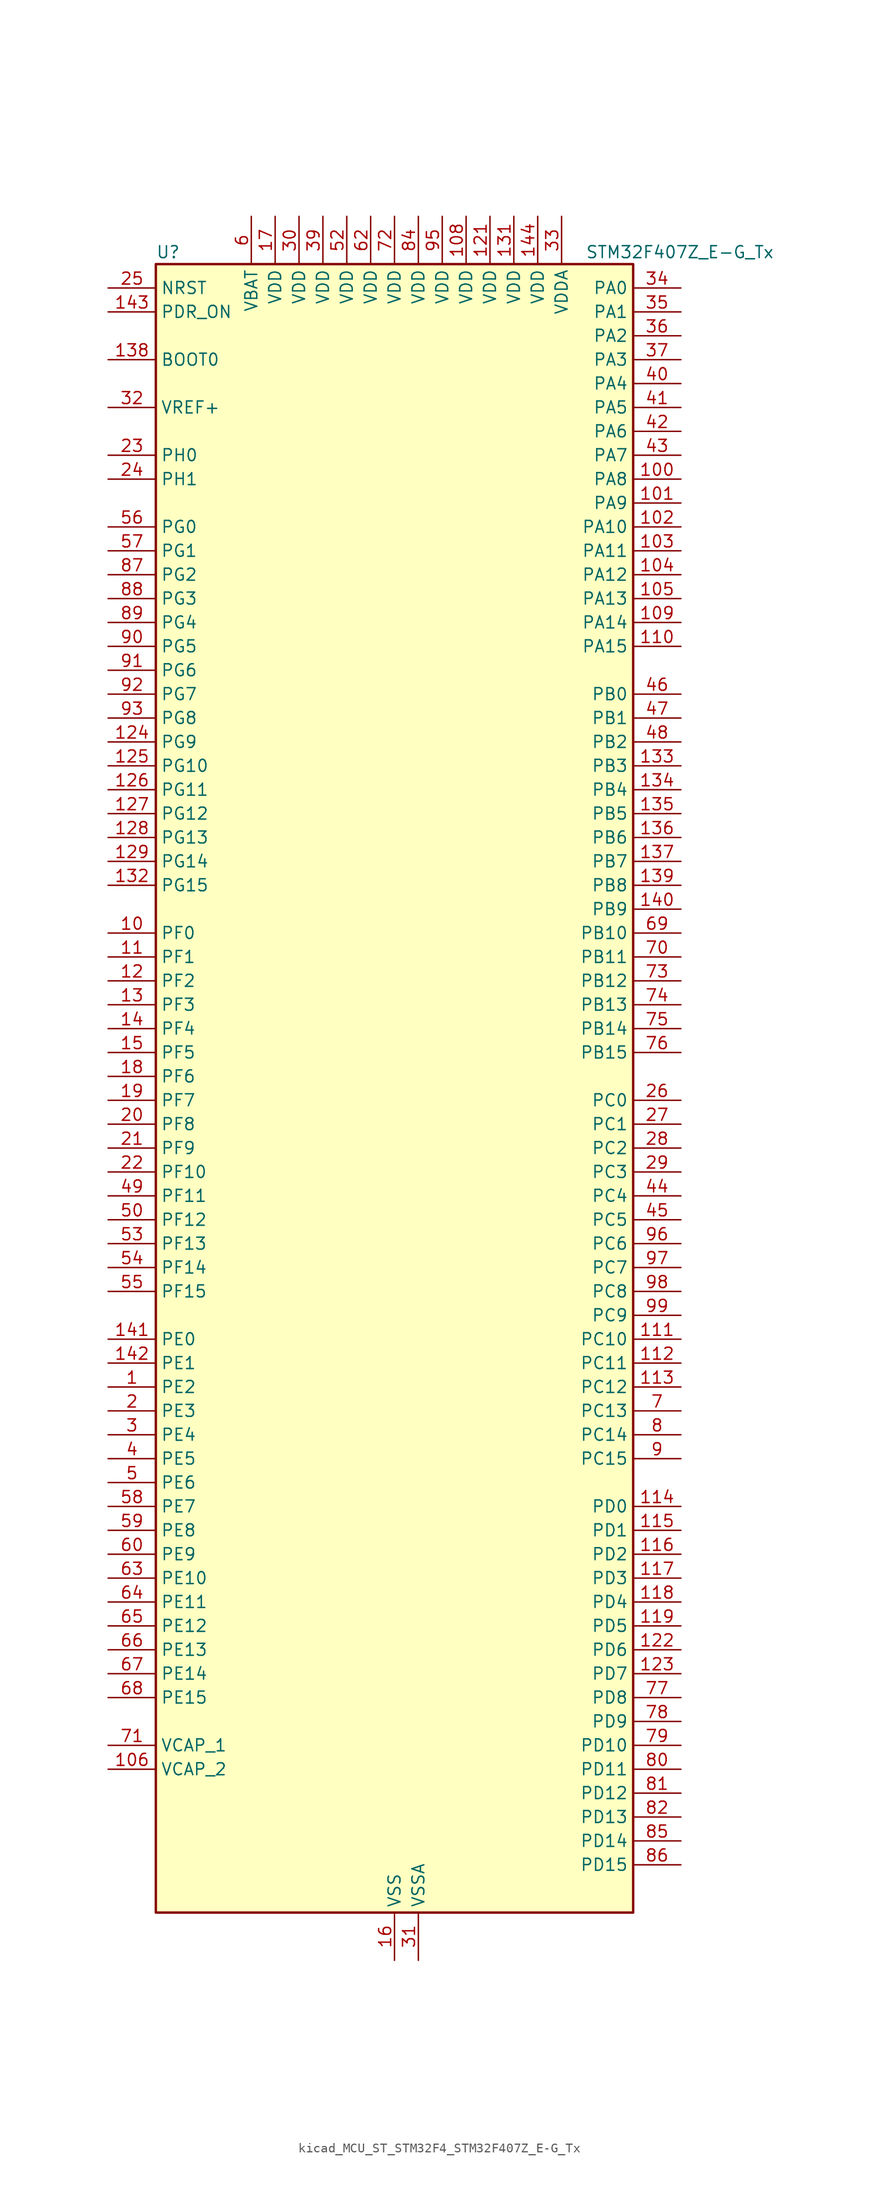
<source format=kicad_sym>
(kicad_symbol_lib
  (version 20220914)
  (generator kicad_symbol_editor)
  (symbol "kicad_MCU_ST_STM32F4_STM32F407Z_E-G_Tx"
    (property "Reference" "U"
      (at -25.4 90.17 0)
      (effects (font (size 1.27 1.27)) (justify left)))
    (property "Value" "STM32F407Z_E-G_Tx"
      (at 20.32 90.17 0)
      (effects (font (size 1.27 1.27)) (justify left)))
    (property "ki_locked" ""
      (at 0 0 0)
      (effects (font (size 1.27 1.27))))
    (symbol "kicad_MCU_ST_STM32F4_STM32F407Z_E-G_Tx_0_1"
      (rectangle (start -25.4 -86.36) (end 25.4 88.9) (stroke (width 0.254) (type default)) (fill (type background))))
    (symbol "kicad_MCU_ST_STM32F4_STM32F407Z_E-G_Tx_1_1"
      (pin bidirectional line (at -30.48 -30.48 0) (length 5.08) (name "PE2" (effects (font (size 1.27 1.27)))) (number "1" (effects (font (size 1.27 1.27)))) (alternate "ETH_TXD3" bidirectional line) (alternate "FSMC_A23" bidirectional line) (alternate "SYS_TRACECLK" bidirectional line))
      (pin bidirectional line (at -30.48 17.78 0) (length 5.08) (name "PF0" (effects (font (size 1.27 1.27)))) (number "10" (effects (font (size 1.27 1.27)))) (alternate "FSMC_A0" bidirectional line) (alternate "I2C2_SDA" bidirectional line))
      (pin bidirectional line (at 30.48 66.04 180) (length 5.08) (name "PA8" (effects (font (size 1.27 1.27)))) (number "100" (effects (font (size 1.27 1.27)))) (alternate "I2C3_SCL" bidirectional line) (alternate "RCC_MCO_1" bidirectional line) (alternate "TIM1_CH1" bidirectional line) (alternate "USART1_CK" bidirectional line) (alternate "USB_OTG_FS_SOF" bidirectional line))
      (pin bidirectional line (at 30.48 63.5 180) (length 5.08) (name "PA9" (effects (font (size 1.27 1.27)))) (number "101" (effects (font (size 1.27 1.27)))) (alternate "DAC_EXTI9" bidirectional line) (alternate "DCMI_D0" bidirectional line) (alternate "I2C3_SMBA" bidirectional line) (alternate "TIM1_CH2" bidirectional line) (alternate "USART1_TX" bidirectional line) (alternate "USB_OTG_FS_VBUS" bidirectional line))
      (pin bidirectional line (at 30.48 60.96 180) (length 5.08) (name "PA10" (effects (font (size 1.27 1.27)))) (number "102" (effects (font (size 1.27 1.27)))) (alternate "DCMI_D1" bidirectional line) (alternate "TIM1_CH3" bidirectional line) (alternate "USART1_RX" bidirectional line) (alternate "USB_OTG_FS_ID" bidirectional line))
      (pin bidirectional line (at 30.48 58.42 180) (length 5.08) (name "PA11" (effects (font (size 1.27 1.27)))) (number "103" (effects (font (size 1.27 1.27)))) (alternate "ADC1_EXTI11" bidirectional line) (alternate "ADC2_EXTI11" bidirectional line) (alternate "ADC3_EXTI11" bidirectional line) (alternate "CAN1_RX" bidirectional line) (alternate "TIM1_CH4" bidirectional line) (alternate "USART1_CTS" bidirectional line) (alternate "USB_OTG_FS_DM" bidirectional line))
      (pin bidirectional line (at 30.48 55.88 180) (length 5.08) (name "PA12" (effects (font (size 1.27 1.27)))) (number "104" (effects (font (size 1.27 1.27)))) (alternate "CAN1_TX" bidirectional line) (alternate "TIM1_ETR" bidirectional line) (alternate "USART1_RTS" bidirectional line) (alternate "USB_OTG_FS_DP" bidirectional line))
      (pin bidirectional line (at 30.48 53.34 180) (length 5.08) (name "PA13" (effects (font (size 1.27 1.27)))) (number "105" (effects (font (size 1.27 1.27)))) (alternate "SYS_JTMS-SWDIO" bidirectional line))
      (pin power_out line (at -30.48 -71.12 0) (length 5.08) (name "VCAP_2" (effects (font (size 1.27 1.27)))) (number "106" (effects (font (size 1.27 1.27)))))
      (pin passive line (at 0 -91.44 90) (length 5.08) hide (name "VSS" (effects (font (size 1.27 1.27)))) (number "107" (effects (font (size 1.27 1.27)))))
      (pin power_in line (at 7.62 93.98 270) (length 5.08) (name "VDD" (effects (font (size 1.27 1.27)))) (number "108" (effects (font (size 1.27 1.27)))))
      (pin bidirectional line (at 30.48 50.8 180) (length 5.08) (name "PA14" (effects (font (size 1.27 1.27)))) (number "109" (effects (font (size 1.27 1.27)))) (alternate "SYS_JTCK-SWCLK" bidirectional line))
      (pin bidirectional line (at -30.48 15.24 0) (length 5.08) (name "PF1" (effects (font (size 1.27 1.27)))) (number "11" (effects (font (size 1.27 1.27)))) (alternate "FSMC_A1" bidirectional line) (alternate "I2C2_SCL" bidirectional line))
      (pin bidirectional line (at 30.48 48.26 180) (length 5.08) (name "PA15" (effects (font (size 1.27 1.27)))) (number "110" (effects (font (size 1.27 1.27)))) (alternate "ADC1_EXTI15" bidirectional line) (alternate "ADC2_EXTI15" bidirectional line) (alternate "ADC3_EXTI15" bidirectional line) (alternate "I2S3_WS" bidirectional line) (alternate "SPI1_NSS" bidirectional line) (alternate "SPI3_NSS" bidirectional line) (alternate "SYS_JTDI" bidirectional line) (alternate "TIM2_CH1" bidirectional line) (alternate "TIM2_ETR" bidirectional line))
      (pin bidirectional line (at 30.48 -25.4 180) (length 5.08) (name "PC10" (effects (font (size 1.27 1.27)))) (number "111" (effects (font (size 1.27 1.27)))) (alternate "DCMI_D8" bidirectional line) (alternate "I2S3_CK" bidirectional line) (alternate "SDIO_D2" bidirectional line) (alternate "SPI3_SCK" bidirectional line) (alternate "UART4_TX" bidirectional line) (alternate "USART3_TX" bidirectional line))
      (pin bidirectional line (at 30.48 -27.94 180) (length 5.08) (name "PC11" (effects (font (size 1.27 1.27)))) (number "112" (effects (font (size 1.27 1.27)))) (alternate "ADC1_EXTI11" bidirectional line) (alternate "ADC2_EXTI11" bidirectional line) (alternate "ADC3_EXTI11" bidirectional line) (alternate "DCMI_D4" bidirectional line) (alternate "I2S3_ext_SD" bidirectional line) (alternate "SDIO_D3" bidirectional line) (alternate "SPI3_MISO" bidirectional line) (alternate "UART4_RX" bidirectional line) (alternate "USART3_RX" bidirectional line))
      (pin bidirectional line (at 30.48 -30.48 180) (length 5.08) (name "PC12" (effects (font (size 1.27 1.27)))) (number "113" (effects (font (size 1.27 1.27)))) (alternate "DCMI_D9" bidirectional line) (alternate "I2S3_SD" bidirectional line) (alternate "SDIO_CK" bidirectional line) (alternate "SPI3_MOSI" bidirectional line) (alternate "UART5_TX" bidirectional line) (alternate "USART3_CK" bidirectional line))
      (pin bidirectional line (at 30.48 -43.18 180) (length 5.08) (name "PD0" (effects (font (size 1.27 1.27)))) (number "114" (effects (font (size 1.27 1.27)))) (alternate "CAN1_RX" bidirectional line) (alternate "FSMC_D2" bidirectional line) (alternate "FSMC_DA2" bidirectional line))
      (pin bidirectional line (at 30.48 -45.72 180) (length 5.08) (name "PD1" (effects (font (size 1.27 1.27)))) (number "115" (effects (font (size 1.27 1.27)))) (alternate "CAN1_TX" bidirectional line) (alternate "FSMC_D3" bidirectional line) (alternate "FSMC_DA3" bidirectional line))
      (pin bidirectional line (at 30.48 -48.26 180) (length 5.08) (name "PD2" (effects (font (size 1.27 1.27)))) (number "116" (effects (font (size 1.27 1.27)))) (alternate "DCMI_D11" bidirectional line) (alternate "SDIO_CMD" bidirectional line) (alternate "TIM3_ETR" bidirectional line) (alternate "UART5_RX" bidirectional line))
      (pin bidirectional line (at 30.48 -50.8 180) (length 5.08) (name "PD3" (effects (font (size 1.27 1.27)))) (number "117" (effects (font (size 1.27 1.27)))) (alternate "FSMC_CLK" bidirectional line) (alternate "USART2_CTS" bidirectional line))
      (pin bidirectional line (at 30.48 -53.34 180) (length 5.08) (name "PD4" (effects (font (size 1.27 1.27)))) (number "118" (effects (font (size 1.27 1.27)))) (alternate "FSMC_NOE" bidirectional line) (alternate "USART2_RTS" bidirectional line))
      (pin bidirectional line (at 30.48 -55.88 180) (length 5.08) (name "PD5" (effects (font (size 1.27 1.27)))) (number "119" (effects (font (size 1.27 1.27)))) (alternate "FSMC_NWE" bidirectional line) (alternate "USART2_TX" bidirectional line))
      (pin bidirectional line (at -30.48 12.7 0) (length 5.08) (name "PF2" (effects (font (size 1.27 1.27)))) (number "12" (effects (font (size 1.27 1.27)))) (alternate "FSMC_A2" bidirectional line) (alternate "I2C2_SMBA" bidirectional line))
      (pin passive line (at 0 -91.44 90) (length 5.08) hide (name "VSS" (effects (font (size 1.27 1.27)))) (number "120" (effects (font (size 1.27 1.27)))))
      (pin power_in line (at 10.16 93.98 270) (length 5.08) (name "VDD" (effects (font (size 1.27 1.27)))) (number "121" (effects (font (size 1.27 1.27)))))
      (pin bidirectional line (at 30.48 -58.42 180) (length 5.08) (name "PD6" (effects (font (size 1.27 1.27)))) (number "122" (effects (font (size 1.27 1.27)))) (alternate "FSMC_NWAIT" bidirectional line) (alternate "USART2_RX" bidirectional line))
      (pin bidirectional line (at 30.48 -60.96 180) (length 5.08) (name "PD7" (effects (font (size 1.27 1.27)))) (number "123" (effects (font (size 1.27 1.27)))) (alternate "FSMC_NCE2" bidirectional line) (alternate "FSMC_NE1" bidirectional line) (alternate "USART2_CK" bidirectional line))
      (pin bidirectional line (at -30.48 38.1 0) (length 5.08) (name "PG9" (effects (font (size 1.27 1.27)))) (number "124" (effects (font (size 1.27 1.27)))) (alternate "DAC_EXTI9" bidirectional line) (alternate "FSMC_NCE3" bidirectional line) (alternate "FSMC_NE2" bidirectional line) (alternate "USART6_RX" bidirectional line))
      (pin bidirectional line (at -30.48 35.56 0) (length 5.08) (name "PG10" (effects (font (size 1.27 1.27)))) (number "125" (effects (font (size 1.27 1.27)))) (alternate "FSMC_NCE4_1" bidirectional line) (alternate "FSMC_NE3" bidirectional line))
      (pin bidirectional line (at -30.48 33.02 0) (length 5.08) (name "PG11" (effects (font (size 1.27 1.27)))) (number "126" (effects (font (size 1.27 1.27)))) (alternate "ADC1_EXTI11" bidirectional line) (alternate "ADC2_EXTI11" bidirectional line) (alternate "ADC3_EXTI11" bidirectional line) (alternate "ETH_TX_EN" bidirectional line) (alternate "FSMC_NCE4_2" bidirectional line))
      (pin bidirectional line (at -30.48 30.48 0) (length 5.08) (name "PG12" (effects (font (size 1.27 1.27)))) (number "127" (effects (font (size 1.27 1.27)))) (alternate "FSMC_NE4" bidirectional line) (alternate "USART6_RTS" bidirectional line))
      (pin bidirectional line (at -30.48 27.94 0) (length 5.08) (name "PG13" (effects (font (size 1.27 1.27)))) (number "128" (effects (font (size 1.27 1.27)))) (alternate "ETH_TXD0" bidirectional line) (alternate "FSMC_A24" bidirectional line) (alternate "USART6_CTS" bidirectional line))
      (pin bidirectional line (at -30.48 25.4 0) (length 5.08) (name "PG14" (effects (font (size 1.27 1.27)))) (number "129" (effects (font (size 1.27 1.27)))) (alternate "ETH_TXD1" bidirectional line) (alternate "FSMC_A25" bidirectional line) (alternate "USART6_TX" bidirectional line))
      (pin bidirectional line (at -30.48 10.16 0) (length 5.08) (name "PF3" (effects (font (size 1.27 1.27)))) (number "13" (effects (font (size 1.27 1.27)))) (alternate "ADC3_IN9" bidirectional line) (alternate "FSMC_A3" bidirectional line))
      (pin passive line (at 0 -91.44 90) (length 5.08) hide (name "VSS" (effects (font (size 1.27 1.27)))) (number "130" (effects (font (size 1.27 1.27)))))
      (pin power_in line (at 12.7 93.98 270) (length 5.08) (name "VDD" (effects (font (size 1.27 1.27)))) (number "131" (effects (font (size 1.27 1.27)))))
      (pin bidirectional line (at -30.48 22.86 0) (length 5.08) (name "PG15" (effects (font (size 1.27 1.27)))) (number "132" (effects (font (size 1.27 1.27)))) (alternate "ADC1_EXTI15" bidirectional line) (alternate "ADC2_EXTI15" bidirectional line) (alternate "ADC3_EXTI15" bidirectional line) (alternate "DCMI_D13" bidirectional line) (alternate "USART6_CTS" bidirectional line))
      (pin bidirectional line (at 30.48 35.56 180) (length 5.08) (name "PB3" (effects (font (size 1.27 1.27)))) (number "133" (effects (font (size 1.27 1.27)))) (alternate "I2S3_CK" bidirectional line) (alternate "SPI1_SCK" bidirectional line) (alternate "SPI3_SCK" bidirectional line) (alternate "SYS_JTDO-SWO" bidirectional line) (alternate "TIM2_CH2" bidirectional line))
      (pin bidirectional line (at 30.48 33.02 180) (length 5.08) (name "PB4" (effects (font (size 1.27 1.27)))) (number "134" (effects (font (size 1.27 1.27)))) (alternate "I2S3_ext_SD" bidirectional line) (alternate "SPI1_MISO" bidirectional line) (alternate "SPI3_MISO" bidirectional line) (alternate "SYS_JTRST" bidirectional line) (alternate "TIM3_CH1" bidirectional line))
      (pin bidirectional line (at 30.48 30.48 180) (length 5.08) (name "PB5" (effects (font (size 1.27 1.27)))) (number "135" (effects (font (size 1.27 1.27)))) (alternate "CAN2_RX" bidirectional line) (alternate "DCMI_D10" bidirectional line) (alternate "ETH_PPS_OUT" bidirectional line) (alternate "I2C1_SMBA" bidirectional line) (alternate "I2S3_SD" bidirectional line) (alternate "SPI1_MOSI" bidirectional line) (alternate "SPI3_MOSI" bidirectional line) (alternate "TIM3_CH2" bidirectional line) (alternate "USB_OTG_HS_ULPI_D7" bidirectional line))
      (pin bidirectional line (at 30.48 27.94 180) (length 5.08) (name "PB6" (effects (font (size 1.27 1.27)))) (number "136" (effects (font (size 1.27 1.27)))) (alternate "CAN2_TX" bidirectional line) (alternate "DCMI_D5" bidirectional line) (alternate "I2C1_SCL" bidirectional line) (alternate "TIM4_CH1" bidirectional line) (alternate "USART1_TX" bidirectional line))
      (pin bidirectional line (at 30.48 25.4 180) (length 5.08) (name "PB7" (effects (font (size 1.27 1.27)))) (number "137" (effects (font (size 1.27 1.27)))) (alternate "DCMI_VSYNC" bidirectional line) (alternate "FSMC_NL" bidirectional line) (alternate "I2C1_SDA" bidirectional line) (alternate "TIM4_CH2" bidirectional line) (alternate "USART1_RX" bidirectional line))
      (pin input line (at -30.48 78.74 0) (length 5.08) (name "BOOT0" (effects (font (size 1.27 1.27)))) (number "138" (effects (font (size 1.27 1.27)))))
      (pin bidirectional line (at 30.48 22.86 180) (length 5.08) (name "PB8" (effects (font (size 1.27 1.27)))) (number "139" (effects (font (size 1.27 1.27)))) (alternate "CAN1_RX" bidirectional line) (alternate "DCMI_D6" bidirectional line) (alternate "ETH_TXD3" bidirectional line) (alternate "I2C1_SCL" bidirectional line) (alternate "SDIO_D4" bidirectional line) (alternate "TIM10_CH1" bidirectional line) (alternate "TIM4_CH3" bidirectional line))
      (pin bidirectional line (at -30.48 7.62 0) (length 5.08) (name "PF4" (effects (font (size 1.27 1.27)))) (number "14" (effects (font (size 1.27 1.27)))) (alternate "ADC3_IN14" bidirectional line) (alternate "FSMC_A4" bidirectional line))
      (pin bidirectional line (at 30.48 20.32 180) (length 5.08) (name "PB9" (effects (font (size 1.27 1.27)))) (number "140" (effects (font (size 1.27 1.27)))) (alternate "CAN1_TX" bidirectional line) (alternate "DAC_EXTI9" bidirectional line) (alternate "DCMI_D7" bidirectional line) (alternate "I2C1_SDA" bidirectional line) (alternate "I2S2_WS" bidirectional line) (alternate "SDIO_D5" bidirectional line) (alternate "SPI2_NSS" bidirectional line) (alternate "TIM11_CH1" bidirectional line) (alternate "TIM4_CH4" bidirectional line))
      (pin bidirectional line (at -30.48 -25.4 0) (length 5.08) (name "PE0" (effects (font (size 1.27 1.27)))) (number "141" (effects (font (size 1.27 1.27)))) (alternate "DCMI_D2" bidirectional line) (alternate "FSMC_NBL0" bidirectional line) (alternate "TIM4_ETR" bidirectional line))
      (pin bidirectional line (at -30.48 -27.94 0) (length 5.08) (name "PE1" (effects (font (size 1.27 1.27)))) (number "142" (effects (font (size 1.27 1.27)))) (alternate "DCMI_D3" bidirectional line) (alternate "FSMC_NBL1" bidirectional line))
      (pin input line (at -30.48 83.82 0) (length 5.08) (name "PDR_ON" (effects (font (size 1.27 1.27)))) (number "143" (effects (font (size 1.27 1.27)))))
      (pin power_in line (at 15.24 93.98 270) (length 5.08) (name "VDD" (effects (font (size 1.27 1.27)))) (number "144" (effects (font (size 1.27 1.27)))))
      (pin bidirectional line (at -30.48 5.08 0) (length 5.08) (name "PF5" (effects (font (size 1.27 1.27)))) (number "15" (effects (font (size 1.27 1.27)))) (alternate "ADC3_IN15" bidirectional line) (alternate "FSMC_A5" bidirectional line))
      (pin power_in line (at 0 -91.44 90) (length 5.08) (name "VSS" (effects (font (size 1.27 1.27)))) (number "16" (effects (font (size 1.27 1.27)))))
      (pin power_in line (at -12.7 93.98 270) (length 5.08) (name "VDD" (effects (font (size 1.27 1.27)))) (number "17" (effects (font (size 1.27 1.27)))))
      (pin bidirectional line (at -30.48 2.54 0) (length 5.08) (name "PF6" (effects (font (size 1.27 1.27)))) (number "18" (effects (font (size 1.27 1.27)))) (alternate "ADC3_IN4" bidirectional line) (alternate "FSMC_NIORD" bidirectional line) (alternate "TIM10_CH1" bidirectional line))
      (pin bidirectional line (at -30.48 0 0) (length 5.08) (name "PF7" (effects (font (size 1.27 1.27)))) (number "19" (effects (font (size 1.27 1.27)))) (alternate "ADC3_IN5" bidirectional line) (alternate "FSMC_NREG" bidirectional line) (alternate "TIM11_CH1" bidirectional line))
      (pin bidirectional line (at -30.48 -33.02 0) (length 5.08) (name "PE3" (effects (font (size 1.27 1.27)))) (number "2" (effects (font (size 1.27 1.27)))) (alternate "FSMC_A19" bidirectional line) (alternate "SYS_TRACED0" bidirectional line))
      (pin bidirectional line (at -30.48 -2.54 0) (length 5.08) (name "PF8" (effects (font (size 1.27 1.27)))) (number "20" (effects (font (size 1.27 1.27)))) (alternate "ADC3_IN6" bidirectional line) (alternate "FSMC_NIOWR" bidirectional line) (alternate "TIM13_CH1" bidirectional line))
      (pin bidirectional line (at -30.48 -5.08 0) (length 5.08) (name "PF9" (effects (font (size 1.27 1.27)))) (number "21" (effects (font (size 1.27 1.27)))) (alternate "ADC3_IN7" bidirectional line) (alternate "DAC_EXTI9" bidirectional line) (alternate "FSMC_CD" bidirectional line) (alternate "TIM14_CH1" bidirectional line))
      (pin bidirectional line (at -30.48 -7.62 0) (length 5.08) (name "PF10" (effects (font (size 1.27 1.27)))) (number "22" (effects (font (size 1.27 1.27)))) (alternate "ADC3_IN8" bidirectional line) (alternate "FSMC_INTR" bidirectional line))
      (pin bidirectional line (at -30.48 68.58 0) (length 5.08) (name "PH0" (effects (font (size 1.27 1.27)))) (number "23" (effects (font (size 1.27 1.27)))) (alternate "RCC_OSC_IN" bidirectional line))
      (pin bidirectional line (at -30.48 66.04 0) (length 5.08) (name "PH1" (effects (font (size 1.27 1.27)))) (number "24" (effects (font (size 1.27 1.27)))) (alternate "RCC_OSC_OUT" bidirectional line))
      (pin input line (at -30.48 86.36 0) (length 5.08) (name "NRST" (effects (font (size 1.27 1.27)))) (number "25" (effects (font (size 1.27 1.27)))))
      (pin bidirectional line (at 30.48 0 180) (length 5.08) (name "PC0" (effects (font (size 1.27 1.27)))) (number "26" (effects (font (size 1.27 1.27)))) (alternate "ADC1_IN10" bidirectional line) (alternate "ADC2_IN10" bidirectional line) (alternate "ADC3_IN10" bidirectional line) (alternate "USB_OTG_HS_ULPI_STP" bidirectional line))
      (pin bidirectional line (at 30.48 -2.54 180) (length 5.08) (name "PC1" (effects (font (size 1.27 1.27)))) (number "27" (effects (font (size 1.27 1.27)))) (alternate "ADC1_IN11" bidirectional line) (alternate "ADC2_IN11" bidirectional line) (alternate "ADC3_IN11" bidirectional line) (alternate "ETH_MDC" bidirectional line))
      (pin bidirectional line (at 30.48 -5.08 180) (length 5.08) (name "PC2" (effects (font (size 1.27 1.27)))) (number "28" (effects (font (size 1.27 1.27)))) (alternate "ADC1_IN12" bidirectional line) (alternate "ADC2_IN12" bidirectional line) (alternate "ADC3_IN12" bidirectional line) (alternate "ETH_TXD2" bidirectional line) (alternate "I2S2_ext_SD" bidirectional line) (alternate "SPI2_MISO" bidirectional line) (alternate "USB_OTG_HS_ULPI_DIR" bidirectional line))
      (pin bidirectional line (at 30.48 -7.62 180) (length 5.08) (name "PC3" (effects (font (size 1.27 1.27)))) (number "29" (effects (font (size 1.27 1.27)))) (alternate "ADC1_IN13" bidirectional line) (alternate "ADC2_IN13" bidirectional line) (alternate "ADC3_IN13" bidirectional line) (alternate "ETH_TX_CLK" bidirectional line) (alternate "I2S2_SD" bidirectional line) (alternate "SPI2_MOSI" bidirectional line) (alternate "USB_OTG_HS_ULPI_NXT" bidirectional line))
      (pin bidirectional line (at -30.48 -35.56 0) (length 5.08) (name "PE4" (effects (font (size 1.27 1.27)))) (number "3" (effects (font (size 1.27 1.27)))) (alternate "DCMI_D4" bidirectional line) (alternate "FSMC_A20" bidirectional line) (alternate "SYS_TRACED1" bidirectional line))
      (pin power_in line (at -10.16 93.98 270) (length 5.08) (name "VDD" (effects (font (size 1.27 1.27)))) (number "30" (effects (font (size 1.27 1.27)))))
      (pin power_in line (at 2.54 -91.44 90) (length 5.08) (name "VSSA" (effects (font (size 1.27 1.27)))) (number "31" (effects (font (size 1.27 1.27)))))
      (pin input line (at -30.48 73.66 0) (length 5.08) (name "VREF+" (effects (font (size 1.27 1.27)))) (number "32" (effects (font (size 1.27 1.27)))))
      (pin power_in line (at 17.78 93.98 270) (length 5.08) (name "VDDA" (effects (font (size 1.27 1.27)))) (number "33" (effects (font (size 1.27 1.27)))))
      (pin bidirectional line (at 30.48 86.36 180) (length 5.08) (name "PA0" (effects (font (size 1.27 1.27)))) (number "34" (effects (font (size 1.27 1.27)))) (alternate "ADC1_IN0" bidirectional line) (alternate "ADC2_IN0" bidirectional line) (alternate "ADC3_IN0" bidirectional line) (alternate "ETH_CRS" bidirectional line) (alternate "SYS_WKUP" bidirectional line) (alternate "TIM2_CH1" bidirectional line) (alternate "TIM2_ETR" bidirectional line) (alternate "TIM5_CH1" bidirectional line) (alternate "TIM8_ETR" bidirectional line) (alternate "UART4_TX" bidirectional line) (alternate "USART2_CTS" bidirectional line))
      (pin bidirectional line (at 30.48 83.82 180) (length 5.08) (name "PA1" (effects (font (size 1.27 1.27)))) (number "35" (effects (font (size 1.27 1.27)))) (alternate "ADC1_IN1" bidirectional line) (alternate "ADC2_IN1" bidirectional line) (alternate "ADC3_IN1" bidirectional line) (alternate "ETH_REF_CLK" bidirectional line) (alternate "ETH_RX_CLK" bidirectional line) (alternate "TIM2_CH2" bidirectional line) (alternate "TIM5_CH2" bidirectional line) (alternate "UART4_RX" bidirectional line) (alternate "USART2_RTS" bidirectional line))
      (pin bidirectional line (at 30.48 81.28 180) (length 5.08) (name "PA2" (effects (font (size 1.27 1.27)))) (number "36" (effects (font (size 1.27 1.27)))) (alternate "ADC1_IN2" bidirectional line) (alternate "ADC2_IN2" bidirectional line) (alternate "ADC3_IN2" bidirectional line) (alternate "ETH_MDIO" bidirectional line) (alternate "TIM2_CH3" bidirectional line) (alternate "TIM5_CH3" bidirectional line) (alternate "TIM9_CH1" bidirectional line) (alternate "USART2_TX" bidirectional line))
      (pin bidirectional line (at 30.48 78.74 180) (length 5.08) (name "PA3" (effects (font (size 1.27 1.27)))) (number "37" (effects (font (size 1.27 1.27)))) (alternate "ADC1_IN3" bidirectional line) (alternate "ADC2_IN3" bidirectional line) (alternate "ADC3_IN3" bidirectional line) (alternate "ETH_COL" bidirectional line) (alternate "TIM2_CH4" bidirectional line) (alternate "TIM5_CH4" bidirectional line) (alternate "TIM9_CH2" bidirectional line) (alternate "USART2_RX" bidirectional line) (alternate "USB_OTG_HS_ULPI_D0" bidirectional line))
      (pin passive line (at 0 -91.44 90) (length 5.08) hide (name "VSS" (effects (font (size 1.27 1.27)))) (number "38" (effects (font (size 1.27 1.27)))))
      (pin power_in line (at -7.62 93.98 270) (length 5.08) (name "VDD" (effects (font (size 1.27 1.27)))) (number "39" (effects (font (size 1.27 1.27)))))
      (pin bidirectional line (at -30.48 -38.1 0) (length 5.08) (name "PE5" (effects (font (size 1.27 1.27)))) (number "4" (effects (font (size 1.27 1.27)))) (alternate "DCMI_D6" bidirectional line) (alternate "FSMC_A21" bidirectional line) (alternate "SYS_TRACED2" bidirectional line) (alternate "TIM9_CH1" bidirectional line))
      (pin bidirectional line (at 30.48 76.2 180) (length 5.08) (name "PA4" (effects (font (size 1.27 1.27)))) (number "40" (effects (font (size 1.27 1.27)))) (alternate "ADC1_IN4" bidirectional line) (alternate "ADC2_IN4" bidirectional line) (alternate "DAC_OUT1" bidirectional line) (alternate "DCMI_HSYNC" bidirectional line) (alternate "I2S3_WS" bidirectional line) (alternate "SPI1_NSS" bidirectional line) (alternate "SPI3_NSS" bidirectional line) (alternate "USART2_CK" bidirectional line) (alternate "USB_OTG_HS_SOF" bidirectional line))
      (pin bidirectional line (at 30.48 73.66 180) (length 5.08) (name "PA5" (effects (font (size 1.27 1.27)))) (number "41" (effects (font (size 1.27 1.27)))) (alternate "ADC1_IN5" bidirectional line) (alternate "ADC2_IN5" bidirectional line) (alternate "DAC_OUT2" bidirectional line) (alternate "SPI1_SCK" bidirectional line) (alternate "TIM2_CH1" bidirectional line) (alternate "TIM2_ETR" bidirectional line) (alternate "TIM8_CH1N" bidirectional line) (alternate "USB_OTG_HS_ULPI_CK" bidirectional line))
      (pin bidirectional line (at 30.48 71.12 180) (length 5.08) (name "PA6" (effects (font (size 1.27 1.27)))) (number "42" (effects (font (size 1.27 1.27)))) (alternate "ADC1_IN6" bidirectional line) (alternate "ADC2_IN6" bidirectional line) (alternate "DCMI_PIXCLK" bidirectional line) (alternate "SPI1_MISO" bidirectional line) (alternate "TIM13_CH1" bidirectional line) (alternate "TIM1_BKIN" bidirectional line) (alternate "TIM3_CH1" bidirectional line) (alternate "TIM8_BKIN" bidirectional line))
      (pin bidirectional line (at 30.48 68.58 180) (length 5.08) (name "PA7" (effects (font (size 1.27 1.27)))) (number "43" (effects (font (size 1.27 1.27)))) (alternate "ADC1_IN7" bidirectional line) (alternate "ADC2_IN7" bidirectional line) (alternate "ETH_CRS_DV" bidirectional line) (alternate "ETH_RX_DV" bidirectional line) (alternate "SPI1_MOSI" bidirectional line) (alternate "TIM14_CH1" bidirectional line) (alternate "TIM1_CH1N" bidirectional line) (alternate "TIM3_CH2" bidirectional line) (alternate "TIM8_CH1N" bidirectional line))
      (pin bidirectional line (at 30.48 -10.16 180) (length 5.08) (name "PC4" (effects (font (size 1.27 1.27)))) (number "44" (effects (font (size 1.27 1.27)))) (alternate "ADC1_IN14" bidirectional line) (alternate "ADC2_IN14" bidirectional line) (alternate "ETH_RXD0" bidirectional line))
      (pin bidirectional line (at 30.48 -12.7 180) (length 5.08) (name "PC5" (effects (font (size 1.27 1.27)))) (number "45" (effects (font (size 1.27 1.27)))) (alternate "ADC1_IN15" bidirectional line) (alternate "ADC2_IN15" bidirectional line) (alternate "ETH_RXD1" bidirectional line))
      (pin bidirectional line (at 30.48 43.18 180) (length 5.08) (name "PB0" (effects (font (size 1.27 1.27)))) (number "46" (effects (font (size 1.27 1.27)))) (alternate "ADC1_IN8" bidirectional line) (alternate "ADC2_IN8" bidirectional line) (alternate "ETH_RXD2" bidirectional line) (alternate "TIM1_CH2N" bidirectional line) (alternate "TIM3_CH3" bidirectional line) (alternate "TIM8_CH2N" bidirectional line) (alternate "USB_OTG_HS_ULPI_D1" bidirectional line))
      (pin bidirectional line (at 30.48 40.64 180) (length 5.08) (name "PB1" (effects (font (size 1.27 1.27)))) (number "47" (effects (font (size 1.27 1.27)))) (alternate "ADC1_IN9" bidirectional line) (alternate "ADC2_IN9" bidirectional line) (alternate "ETH_RXD3" bidirectional line) (alternate "TIM1_CH3N" bidirectional line) (alternate "TIM3_CH4" bidirectional line) (alternate "TIM8_CH3N" bidirectional line) (alternate "USB_OTG_HS_ULPI_D2" bidirectional line))
      (pin bidirectional line (at 30.48 38.1 180) (length 5.08) (name "PB2" (effects (font (size 1.27 1.27)))) (number "48" (effects (font (size 1.27 1.27)))))
      (pin bidirectional line (at -30.48 -10.16 0) (length 5.08) (name "PF11" (effects (font (size 1.27 1.27)))) (number "49" (effects (font (size 1.27 1.27)))) (alternate "ADC1_EXTI11" bidirectional line) (alternate "ADC2_EXTI11" bidirectional line) (alternate "ADC3_EXTI11" bidirectional line) (alternate "DCMI_D12" bidirectional line))
      (pin bidirectional line (at -30.48 -40.64 0) (length 5.08) (name "PE6" (effects (font (size 1.27 1.27)))) (number "5" (effects (font (size 1.27 1.27)))) (alternate "DCMI_D7" bidirectional line) (alternate "FSMC_A22" bidirectional line) (alternate "SYS_TRACED3" bidirectional line) (alternate "TIM9_CH2" bidirectional line))
      (pin bidirectional line (at -30.48 -12.7 0) (length 5.08) (name "PF12" (effects (font (size 1.27 1.27)))) (number "50" (effects (font (size 1.27 1.27)))) (alternate "FSMC_A6" bidirectional line))
      (pin passive line (at 0 -91.44 90) (length 5.08) hide (name "VSS" (effects (font (size 1.27 1.27)))) (number "51" (effects (font (size 1.27 1.27)))))
      (pin power_in line (at -5.08 93.98 270) (length 5.08) (name "VDD" (effects (font (size 1.27 1.27)))) (number "52" (effects (font (size 1.27 1.27)))))
      (pin bidirectional line (at -30.48 -15.24 0) (length 5.08) (name "PF13" (effects (font (size 1.27 1.27)))) (number "53" (effects (font (size 1.27 1.27)))) (alternate "FSMC_A7" bidirectional line))
      (pin bidirectional line (at -30.48 -17.78 0) (length 5.08) (name "PF14" (effects (font (size 1.27 1.27)))) (number "54" (effects (font (size 1.27 1.27)))) (alternate "FSMC_A8" bidirectional line))
      (pin bidirectional line (at -30.48 -20.32 0) (length 5.08) (name "PF15" (effects (font (size 1.27 1.27)))) (number "55" (effects (font (size 1.27 1.27)))) (alternate "ADC1_EXTI15" bidirectional line) (alternate "ADC2_EXTI15" bidirectional line) (alternate "ADC3_EXTI15" bidirectional line) (alternate "FSMC_A9" bidirectional line))
      (pin bidirectional line (at -30.48 60.96 0) (length 5.08) (name "PG0" (effects (font (size 1.27 1.27)))) (number "56" (effects (font (size 1.27 1.27)))) (alternate "FSMC_A10" bidirectional line))
      (pin bidirectional line (at -30.48 58.42 0) (length 5.08) (name "PG1" (effects (font (size 1.27 1.27)))) (number "57" (effects (font (size 1.27 1.27)))) (alternate "FSMC_A11" bidirectional line))
      (pin bidirectional line (at -30.48 -43.18 0) (length 5.08) (name "PE7" (effects (font (size 1.27 1.27)))) (number "58" (effects (font (size 1.27 1.27)))) (alternate "FSMC_D4" bidirectional line) (alternate "FSMC_DA4" bidirectional line) (alternate "TIM1_ETR" bidirectional line))
      (pin bidirectional line (at -30.48 -45.72 0) (length 5.08) (name "PE8" (effects (font (size 1.27 1.27)))) (number "59" (effects (font (size 1.27 1.27)))) (alternate "FSMC_D5" bidirectional line) (alternate "FSMC_DA5" bidirectional line) (alternate "TIM1_CH1N" bidirectional line))
      (pin power_in line (at -15.24 93.98 270) (length 5.08) (name "VBAT" (effects (font (size 1.27 1.27)))) (number "6" (effects (font (size 1.27 1.27)))))
      (pin bidirectional line (at -30.48 -48.26 0) (length 5.08) (name "PE9" (effects (font (size 1.27 1.27)))) (number "60" (effects (font (size 1.27 1.27)))) (alternate "DAC_EXTI9" bidirectional line) (alternate "FSMC_D6" bidirectional line) (alternate "FSMC_DA6" bidirectional line) (alternate "TIM1_CH1" bidirectional line))
      (pin passive line (at 0 -91.44 90) (length 5.08) hide (name "VSS" (effects (font (size 1.27 1.27)))) (number "61" (effects (font (size 1.27 1.27)))))
      (pin power_in line (at -2.54 93.98 270) (length 5.08) (name "VDD" (effects (font (size 1.27 1.27)))) (number "62" (effects (font (size 1.27 1.27)))))
      (pin bidirectional line (at -30.48 -50.8 0) (length 5.08) (name "PE10" (effects (font (size 1.27 1.27)))) (number "63" (effects (font (size 1.27 1.27)))) (alternate "FSMC_D7" bidirectional line) (alternate "FSMC_DA7" bidirectional line) (alternate "TIM1_CH2N" bidirectional line))
      (pin bidirectional line (at -30.48 -53.34 0) (length 5.08) (name "PE11" (effects (font (size 1.27 1.27)))) (number "64" (effects (font (size 1.27 1.27)))) (alternate "ADC1_EXTI11" bidirectional line) (alternate "ADC2_EXTI11" bidirectional line) (alternate "ADC3_EXTI11" bidirectional line) (alternate "FSMC_D8" bidirectional line) (alternate "FSMC_DA8" bidirectional line) (alternate "TIM1_CH2" bidirectional line))
      (pin bidirectional line (at -30.48 -55.88 0) (length 5.08) (name "PE12" (effects (font (size 1.27 1.27)))) (number "65" (effects (font (size 1.27 1.27)))) (alternate "FSMC_D9" bidirectional line) (alternate "FSMC_DA9" bidirectional line) (alternate "TIM1_CH3N" bidirectional line))
      (pin bidirectional line (at -30.48 -58.42 0) (length 5.08) (name "PE13" (effects (font (size 1.27 1.27)))) (number "66" (effects (font (size 1.27 1.27)))) (alternate "FSMC_D10" bidirectional line) (alternate "FSMC_DA10" bidirectional line) (alternate "TIM1_CH3" bidirectional line))
      (pin bidirectional line (at -30.48 -60.96 0) (length 5.08) (name "PE14" (effects (font (size 1.27 1.27)))) (number "67" (effects (font (size 1.27 1.27)))) (alternate "FSMC_D11" bidirectional line) (alternate "FSMC_DA11" bidirectional line) (alternate "TIM1_CH4" bidirectional line))
      (pin bidirectional line (at -30.48 -63.5 0) (length 5.08) (name "PE15" (effects (font (size 1.27 1.27)))) (number "68" (effects (font (size 1.27 1.27)))) (alternate "ADC1_EXTI15" bidirectional line) (alternate "ADC2_EXTI15" bidirectional line) (alternate "ADC3_EXTI15" bidirectional line) (alternate "FSMC_D12" bidirectional line) (alternate "FSMC_DA12" bidirectional line) (alternate "TIM1_BKIN" bidirectional line))
      (pin bidirectional line (at 30.48 17.78 180) (length 5.08) (name "PB10" (effects (font (size 1.27 1.27)))) (number "69" (effects (font (size 1.27 1.27)))) (alternate "ETH_RX_ER" bidirectional line) (alternate "I2C2_SCL" bidirectional line) (alternate "I2S2_CK" bidirectional line) (alternate "SPI2_SCK" bidirectional line) (alternate "TIM2_CH3" bidirectional line) (alternate "USART3_TX" bidirectional line) (alternate "USB_OTG_HS_ULPI_D3" bidirectional line))
      (pin bidirectional line (at 30.48 -33.02 180) (length 5.08) (name "PC13" (effects (font (size 1.27 1.27)))) (number "7" (effects (font (size 1.27 1.27)))) (alternate "RTC_AF1" bidirectional line))
      (pin bidirectional line (at 30.48 15.24 180) (length 5.08) (name "PB11" (effects (font (size 1.27 1.27)))) (number "70" (effects (font (size 1.27 1.27)))) (alternate "ADC1_EXTI11" bidirectional line) (alternate "ADC2_EXTI11" bidirectional line) (alternate "ADC3_EXTI11" bidirectional line) (alternate "ETH_TX_EN" bidirectional line) (alternate "I2C2_SDA" bidirectional line) (alternate "TIM2_CH4" bidirectional line) (alternate "USART3_RX" bidirectional line) (alternate "USB_OTG_HS_ULPI_D4" bidirectional line))
      (pin power_out line (at -30.48 -68.58 0) (length 5.08) (name "VCAP_1" (effects (font (size 1.27 1.27)))) (number "71" (effects (font (size 1.27 1.27)))))
      (pin power_in line (at 0 93.98 270) (length 5.08) (name "VDD" (effects (font (size 1.27 1.27)))) (number "72" (effects (font (size 1.27 1.27)))))
      (pin bidirectional line (at 30.48 12.7 180) (length 5.08) (name "PB12" (effects (font (size 1.27 1.27)))) (number "73" (effects (font (size 1.27 1.27)))) (alternate "CAN2_RX" bidirectional line) (alternate "ETH_TXD0" bidirectional line) (alternate "I2C2_SMBA" bidirectional line) (alternate "I2S2_WS" bidirectional line) (alternate "SPI2_NSS" bidirectional line) (alternate "TIM1_BKIN" bidirectional line) (alternate "USART3_CK" bidirectional line) (alternate "USB_OTG_HS_ID" bidirectional line) (alternate "USB_OTG_HS_ULPI_D5" bidirectional line))
      (pin bidirectional line (at 30.48 10.16 180) (length 5.08) (name "PB13" (effects (font (size 1.27 1.27)))) (number "74" (effects (font (size 1.27 1.27)))) (alternate "CAN2_TX" bidirectional line) (alternate "ETH_TXD1" bidirectional line) (alternate "I2S2_CK" bidirectional line) (alternate "SPI2_SCK" bidirectional line) (alternate "TIM1_CH1N" bidirectional line) (alternate "USART3_CTS" bidirectional line) (alternate "USB_OTG_HS_ULPI_D6" bidirectional line) (alternate "USB_OTG_HS_VBUS" bidirectional line))
      (pin bidirectional line (at 30.48 7.62 180) (length 5.08) (name "PB14" (effects (font (size 1.27 1.27)))) (number "75" (effects (font (size 1.27 1.27)))) (alternate "I2S2_ext_SD" bidirectional line) (alternate "SPI2_MISO" bidirectional line) (alternate "TIM12_CH1" bidirectional line) (alternate "TIM1_CH2N" bidirectional line) (alternate "TIM8_CH2N" bidirectional line) (alternate "USART3_RTS" bidirectional line) (alternate "USB_OTG_HS_DM" bidirectional line))
      (pin bidirectional line (at 30.48 5.08 180) (length 5.08) (name "PB15" (effects (font (size 1.27 1.27)))) (number "76" (effects (font (size 1.27 1.27)))) (alternate "ADC1_EXTI15" bidirectional line) (alternate "ADC2_EXTI15" bidirectional line) (alternate "ADC3_EXTI15" bidirectional line) (alternate "I2S2_SD" bidirectional line) (alternate "RTC_REFIN" bidirectional line) (alternate "SPI2_MOSI" bidirectional line) (alternate "TIM12_CH2" bidirectional line) (alternate "TIM1_CH3N" bidirectional line) (alternate "TIM8_CH3N" bidirectional line) (alternate "USB_OTG_HS_DP" bidirectional line))
      (pin bidirectional line (at 30.48 -63.5 180) (length 5.08) (name "PD8" (effects (font (size 1.27 1.27)))) (number "77" (effects (font (size 1.27 1.27)))) (alternate "FSMC_D13" bidirectional line) (alternate "FSMC_DA13" bidirectional line) (alternate "USART3_TX" bidirectional line))
      (pin bidirectional line (at 30.48 -66.04 180) (length 5.08) (name "PD9" (effects (font (size 1.27 1.27)))) (number "78" (effects (font (size 1.27 1.27)))) (alternate "DAC_EXTI9" bidirectional line) (alternate "FSMC_D14" bidirectional line) (alternate "FSMC_DA14" bidirectional line) (alternate "USART3_RX" bidirectional line))
      (pin bidirectional line (at 30.48 -68.58 180) (length 5.08) (name "PD10" (effects (font (size 1.27 1.27)))) (number "79" (effects (font (size 1.27 1.27)))) (alternate "FSMC_D15" bidirectional line) (alternate "FSMC_DA15" bidirectional line) (alternate "USART3_CK" bidirectional line))
      (pin bidirectional line (at 30.48 -35.56 180) (length 5.08) (name "PC14" (effects (font (size 1.27 1.27)))) (number "8" (effects (font (size 1.27 1.27)))) (alternate "RCC_OSC32_IN" bidirectional line))
      (pin bidirectional line (at 30.48 -71.12 180) (length 5.08) (name "PD11" (effects (font (size 1.27 1.27)))) (number "80" (effects (font (size 1.27 1.27)))) (alternate "ADC1_EXTI11" bidirectional line) (alternate "ADC2_EXTI11" bidirectional line) (alternate "ADC3_EXTI11" bidirectional line) (alternate "FSMC_A16" bidirectional line) (alternate "FSMC_CLE" bidirectional line) (alternate "USART3_CTS" bidirectional line))
      (pin bidirectional line (at 30.48 -73.66 180) (length 5.08) (name "PD12" (effects (font (size 1.27 1.27)))) (number "81" (effects (font (size 1.27 1.27)))) (alternate "FSMC_A17" bidirectional line) (alternate "FSMC_ALE" bidirectional line) (alternate "TIM4_CH1" bidirectional line) (alternate "USART3_RTS" bidirectional line))
      (pin bidirectional line (at 30.48 -76.2 180) (length 5.08) (name "PD13" (effects (font (size 1.27 1.27)))) (number "82" (effects (font (size 1.27 1.27)))) (alternate "FSMC_A18" bidirectional line) (alternate "TIM4_CH2" bidirectional line))
      (pin passive line (at 0 -91.44 90) (length 5.08) hide (name "VSS" (effects (font (size 1.27 1.27)))) (number "83" (effects (font (size 1.27 1.27)))))
      (pin power_in line (at 2.54 93.98 270) (length 5.08) (name "VDD" (effects (font (size 1.27 1.27)))) (number "84" (effects (font (size 1.27 1.27)))))
      (pin bidirectional line (at 30.48 -78.74 180) (length 5.08) (name "PD14" (effects (font (size 1.27 1.27)))) (number "85" (effects (font (size 1.27 1.27)))) (alternate "FSMC_D0" bidirectional line) (alternate "FSMC_DA0" bidirectional line) (alternate "TIM4_CH3" bidirectional line))
      (pin bidirectional line (at 30.48 -81.28 180) (length 5.08) (name "PD15" (effects (font (size 1.27 1.27)))) (number "86" (effects (font (size 1.27 1.27)))) (alternate "ADC1_EXTI15" bidirectional line) (alternate "ADC2_EXTI15" bidirectional line) (alternate "ADC3_EXTI15" bidirectional line) (alternate "FSMC_D1" bidirectional line) (alternate "FSMC_DA1" bidirectional line) (alternate "TIM4_CH4" bidirectional line))
      (pin bidirectional line (at -30.48 55.88 0) (length 5.08) (name "PG2" (effects (font (size 1.27 1.27)))) (number "87" (effects (font (size 1.27 1.27)))) (alternate "FSMC_A12" bidirectional line))
      (pin bidirectional line (at -30.48 53.34 0) (length 5.08) (name "PG3" (effects (font (size 1.27 1.27)))) (number "88" (effects (font (size 1.27 1.27)))) (alternate "FSMC_A13" bidirectional line))
      (pin bidirectional line (at -30.48 50.8 0) (length 5.08) (name "PG4" (effects (font (size 1.27 1.27)))) (number "89" (effects (font (size 1.27 1.27)))) (alternate "FSMC_A14" bidirectional line))
      (pin bidirectional line (at 30.48 -38.1 180) (length 5.08) (name "PC15" (effects (font (size 1.27 1.27)))) (number "9" (effects (font (size 1.27 1.27)))) (alternate "ADC1_EXTI15" bidirectional line) (alternate "ADC2_EXTI15" bidirectional line) (alternate "ADC3_EXTI15" bidirectional line) (alternate "RCC_OSC32_OUT" bidirectional line))
      (pin bidirectional line (at -30.48 48.26 0) (length 5.08) (name "PG5" (effects (font (size 1.27 1.27)))) (number "90" (effects (font (size 1.27 1.27)))) (alternate "FSMC_A15" bidirectional line))
      (pin bidirectional line (at -30.48 45.72 0) (length 5.08) (name "PG6" (effects (font (size 1.27 1.27)))) (number "91" (effects (font (size 1.27 1.27)))) (alternate "FSMC_INT2" bidirectional line))
      (pin bidirectional line (at -30.48 43.18 0) (length 5.08) (name "PG7" (effects (font (size 1.27 1.27)))) (number "92" (effects (font (size 1.27 1.27)))) (alternate "FSMC_INT3" bidirectional line) (alternate "USART6_CK" bidirectional line))
      (pin bidirectional line (at -30.48 40.64 0) (length 5.08) (name "PG8" (effects (font (size 1.27 1.27)))) (number "93" (effects (font (size 1.27 1.27)))) (alternate "ETH_PPS_OUT" bidirectional line) (alternate "USART6_RTS" bidirectional line))
      (pin passive line (at 0 -91.44 90) (length 5.08) hide (name "VSS" (effects (font (size 1.27 1.27)))) (number "94" (effects (font (size 1.27 1.27)))))
      (pin power_in line (at 5.08 93.98 270) (length 5.08) (name "VDD" (effects (font (size 1.27 1.27)))) (number "95" (effects (font (size 1.27 1.27)))))
      (pin bidirectional line (at 30.48 -15.24 180) (length 5.08) (name "PC6" (effects (font (size 1.27 1.27)))) (number "96" (effects (font (size 1.27 1.27)))) (alternate "DCMI_D0" bidirectional line) (alternate "I2S2_MCK" bidirectional line) (alternate "SDIO_D6" bidirectional line) (alternate "TIM3_CH1" bidirectional line) (alternate "TIM8_CH1" bidirectional line) (alternate "USART6_TX" bidirectional line))
      (pin bidirectional line (at 30.48 -17.78 180) (length 5.08) (name "PC7" (effects (font (size 1.27 1.27)))) (number "97" (effects (font (size 1.27 1.27)))) (alternate "DCMI_D1" bidirectional line) (alternate "I2S3_MCK" bidirectional line) (alternate "SDIO_D7" bidirectional line) (alternate "TIM3_CH2" bidirectional line) (alternate "TIM8_CH2" bidirectional line) (alternate "USART6_RX" bidirectional line))
      (pin bidirectional line (at 30.48 -20.32 180) (length 5.08) (name "PC8" (effects (font (size 1.27 1.27)))) (number "98" (effects (font (size 1.27 1.27)))) (alternate "DCMI_D2" bidirectional line) (alternate "SDIO_D0" bidirectional line) (alternate "TIM3_CH3" bidirectional line) (alternate "TIM8_CH3" bidirectional line) (alternate "USART6_CK" bidirectional line))
      (pin bidirectional line (at 30.48 -22.86 180) (length 5.08) (name "PC9" (effects (font (size 1.27 1.27)))) (number "99" (effects (font (size 1.27 1.27)))) (alternate "DAC_EXTI9" bidirectional line) (alternate "DCMI_D3" bidirectional line) (alternate "I2C3_SDA" bidirectional line) (alternate "I2S_CKIN" bidirectional line) (alternate "RCC_MCO_2" bidirectional line) (alternate "SDIO_D1" bidirectional line) (alternate "TIM3_CH4" bidirectional line) (alternate "TIM8_CH4" bidirectional line)))))
</source>
